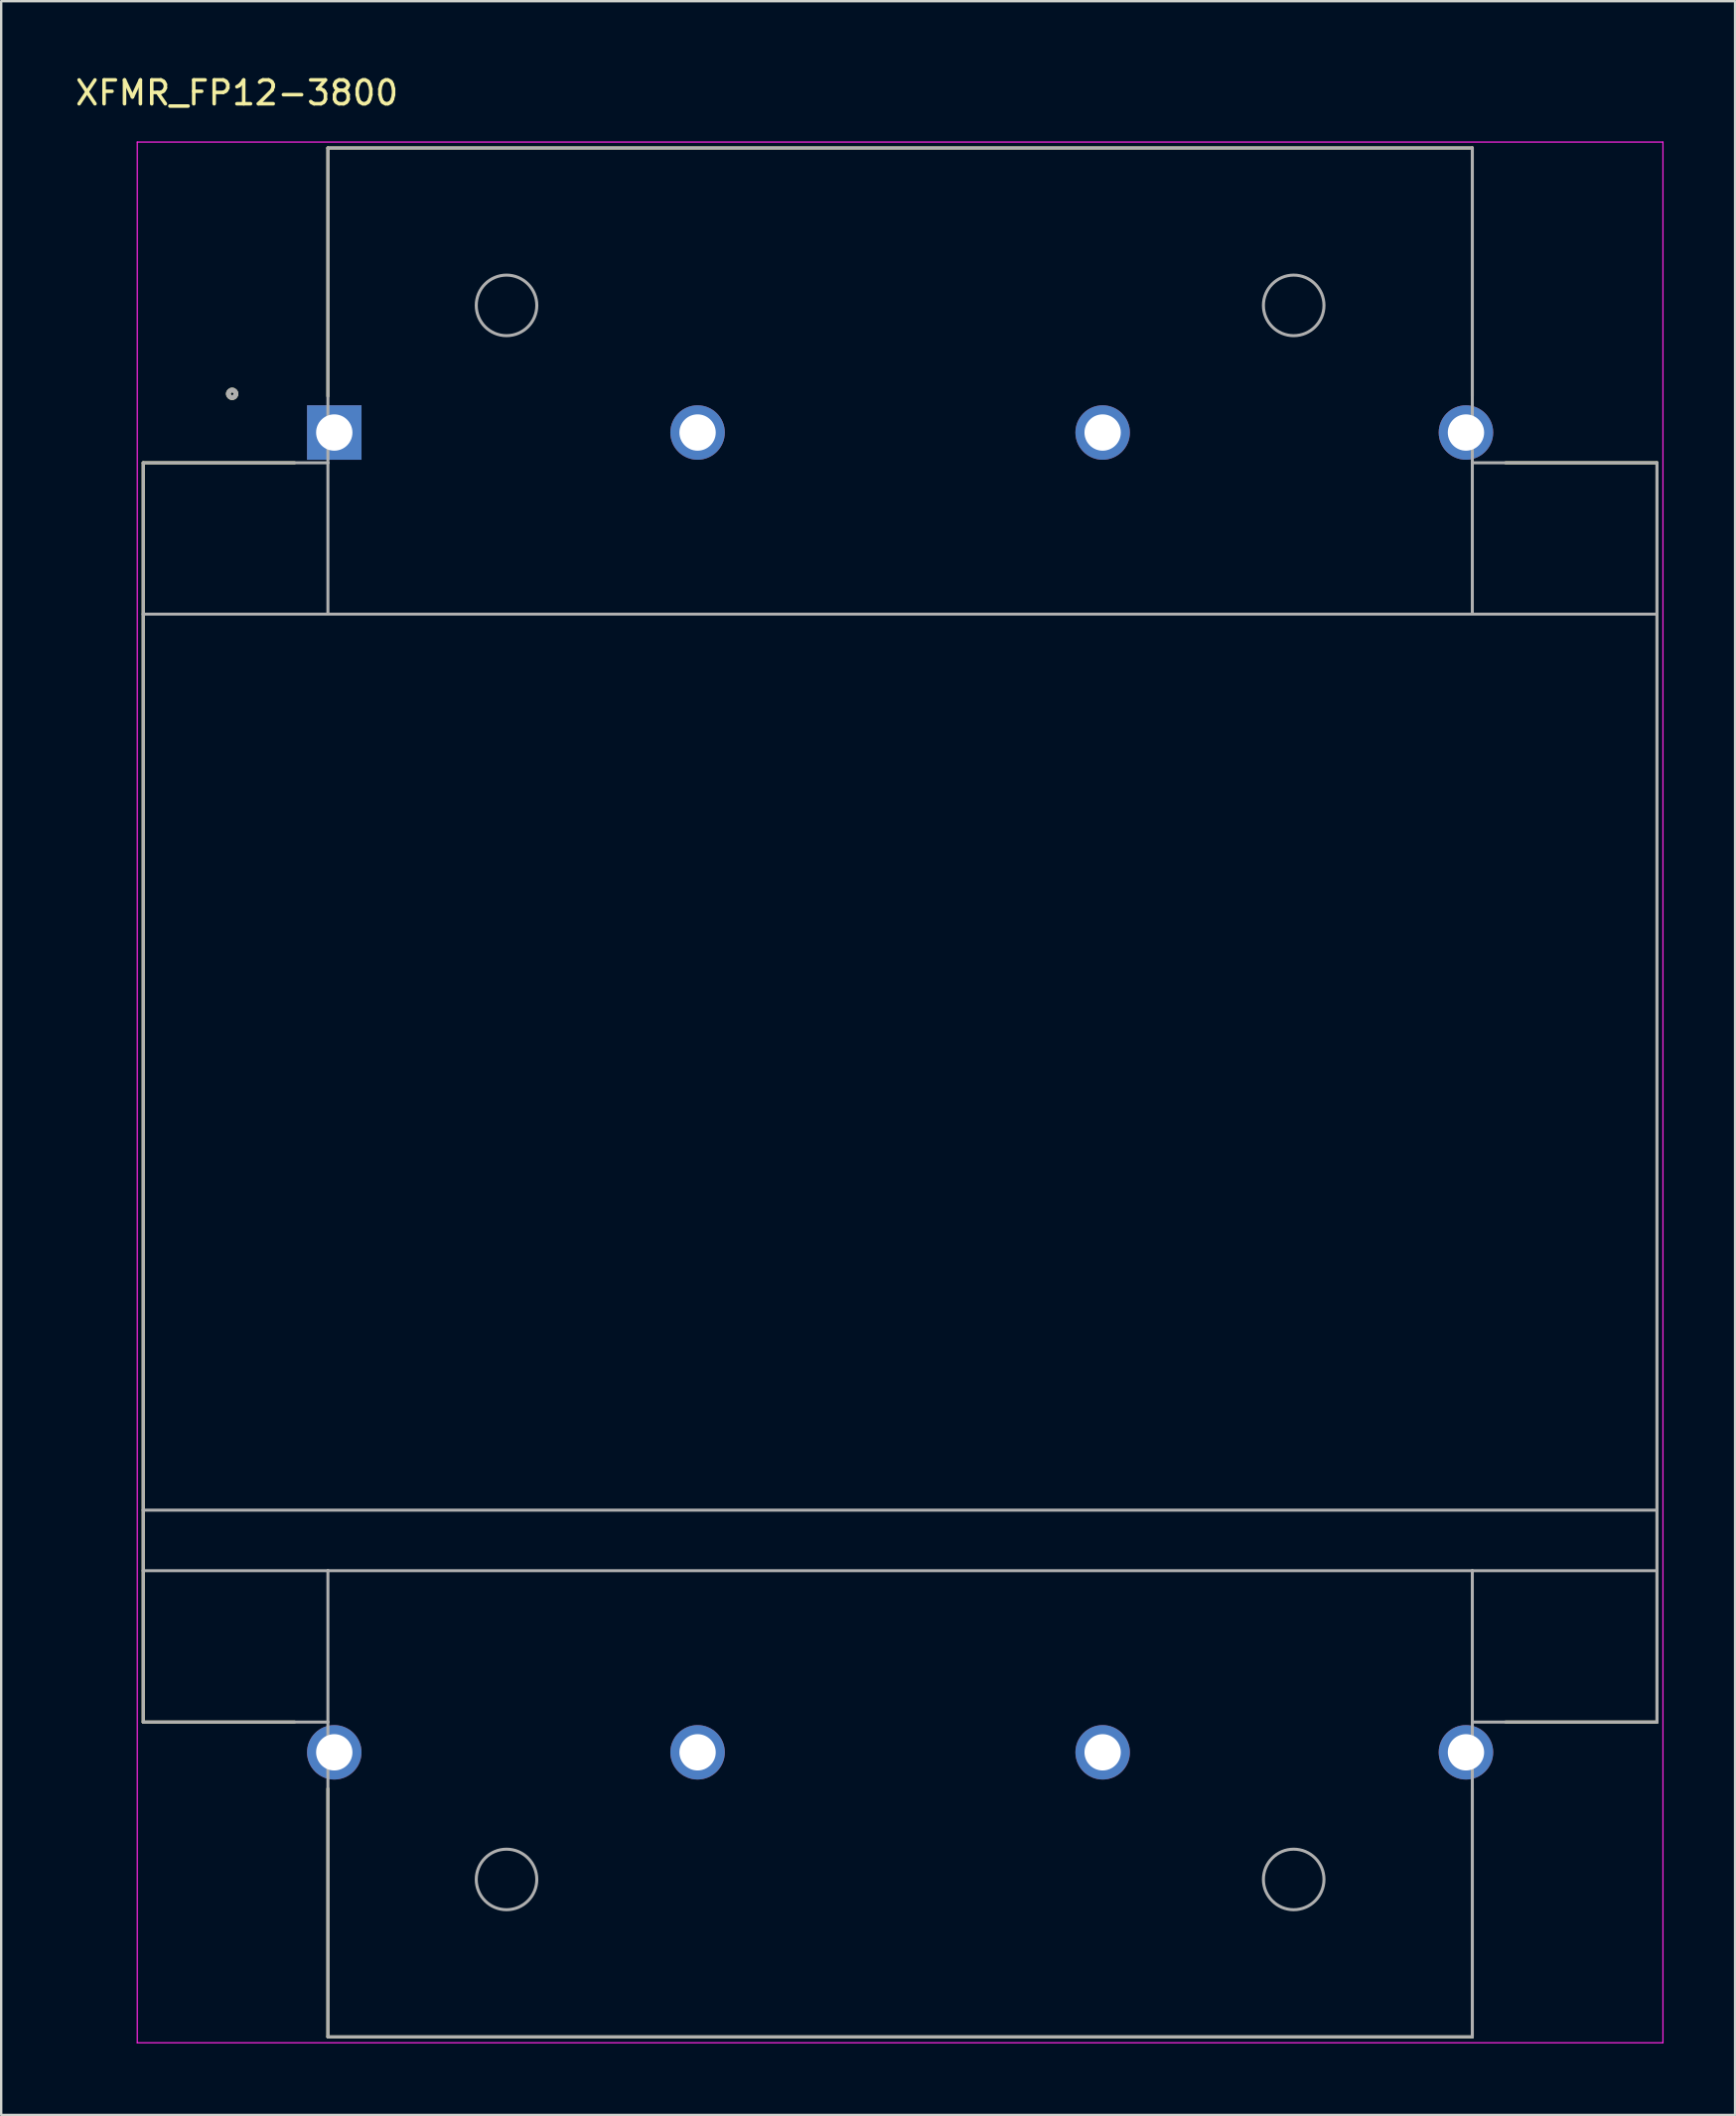
<source format=kicad_pcb>
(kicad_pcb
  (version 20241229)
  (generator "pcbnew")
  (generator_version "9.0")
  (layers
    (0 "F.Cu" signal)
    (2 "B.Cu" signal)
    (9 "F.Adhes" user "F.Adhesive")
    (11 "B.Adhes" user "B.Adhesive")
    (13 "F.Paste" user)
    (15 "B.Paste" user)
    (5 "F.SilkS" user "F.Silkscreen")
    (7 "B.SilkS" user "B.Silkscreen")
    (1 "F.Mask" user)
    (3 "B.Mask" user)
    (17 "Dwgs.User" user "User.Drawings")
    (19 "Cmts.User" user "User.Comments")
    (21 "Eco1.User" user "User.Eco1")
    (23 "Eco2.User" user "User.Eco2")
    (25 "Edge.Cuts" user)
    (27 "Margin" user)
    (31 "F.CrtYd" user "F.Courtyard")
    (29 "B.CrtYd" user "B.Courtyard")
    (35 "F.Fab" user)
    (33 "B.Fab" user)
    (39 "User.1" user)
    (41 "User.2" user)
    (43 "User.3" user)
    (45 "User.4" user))
  (footprint "XFMR_FP12-3800"
    (layer "F.Cu")
    (at 34.708 42.783)
    (property "Reference" "XFMR_FP12-3800" (at -27.821 -41.935 0) (layer "F.SilkS") (effects (font (size 1 1) (thickness 0.15))))
    (attr through_hole)
    (fp_line (start -31.75 -26.416) (end -31.75 26.416) (stroke (width 0.127) (type solid)) (layer "F.SilkS"))
    (fp_line (start -31.75 -26.416) (end -25.4 -26.416) (stroke (width 0.127) (type solid)) (layer "F.SilkS"))
    (fp_line (start -25.4 26.416) (end -31.75 26.416) (stroke (width 0.127) (type solid)) (layer "F.SilkS"))
    (fp_line (start -24.003 -39.624) (end 24.003 -39.624) (stroke (width 0.127) (type solid)) (layer "F.SilkS"))
    (fp_line (start -24.003 -29.21) (end -24.003 -39.624) (stroke (width 0.127) (type solid)) (layer "F.SilkS"))
    (fp_line (start -24.003 39.624) (end -24.003 29.21) (stroke (width 0.127) (type solid)) (layer "F.SilkS"))
    (fp_line (start 24.003 -39.624) (end 24.003 -29.21) (stroke (width 0.127) (type solid)) (layer "F.SilkS"))
    (fp_line (start 24.003 29.21) (end 24.003 39.624) (stroke (width 0.127) (type solid)) (layer "F.SilkS"))
    (fp_line (start 24.003 39.624) (end -24.003 39.624) (stroke (width 0.127) (type solid)) (layer "F.SilkS"))
    (fp_line (start 25.4 -26.416) (end 31.75 -26.416) (stroke (width 0.127) (type solid)) (layer "F.SilkS"))
    (fp_line (start 31.75 26.416) (end 25.4 26.416) (stroke (width 0.127) (type solid)) (layer "F.SilkS"))
    (fp_line (start 31.75 26.416) (end 31.75 -26.416) (stroke (width 0.127) (type solid)) (layer "F.SilkS"))
    (fp_circle (center -28.02 -29.31) (end -27.862 -29.31) (stroke (width 0.2) (type solid)) (fill no) (layer "F.SilkS"))
    (fp_line (start -32 -39.874) (end 32 -39.874) (stroke (width 0.05) (type solid)) (layer "F.CrtYd"))
    (fp_line (start -32 39.874) (end -32 -39.874) (stroke (width 0.05) (type solid)) (layer "F.CrtYd"))
    (fp_line (start 32 -39.874) (end 32 39.874) (stroke (width 0.05) (type solid)) (layer "F.CrtYd"))
    (fp_line (start 32 39.874) (end -32 39.874) (stroke (width 0.05) (type solid)) (layer "F.CrtYd"))
    (fp_line (start -31.75 -26.416) (end -24.003 -26.416) (stroke (width 0.127) (type solid)) (layer "F.Fab"))
    (fp_line (start -31.75 -20.066) (end -31.75 -26.416) (stroke (width 0.127) (type solid)) (layer "F.Fab"))
    (fp_line (start -31.75 -20.066) (end -31.75 17.526) (stroke (width 0.127) (type solid)) (layer "F.Fab"))
    (fp_line (start -31.75 20.066) (end -31.75 17.526) (stroke (width 0.127) (type solid)) (layer "F.Fab"))
    (fp_line (start -31.75 20.066) (end -24.003 20.066) (stroke (width 0.127) (type solid)) (layer "F.Fab"))
    (fp_line (start -31.75 26.416) (end -31.75 20.066) (stroke (width 0.127) (type solid)) (layer "F.Fab"))
    (fp_line (start -24.003 -39.624) (end 24.003 -39.624) (stroke (width 0.127) (type solid)) (layer "F.Fab"))
    (fp_line (start -24.003 -26.416) (end -24.003 -39.624) (stroke (width 0.127) (type solid)) (layer "F.Fab"))
    (fp_line (start -24.003 -26.416) (end -24.003 -20.066) (stroke (width 0.127) (type solid)) (layer "F.Fab"))
    (fp_line (start -24.003 -20.066) (end -31.75 -20.066) (stroke (width 0.127) (type solid)) (layer "F.Fab"))
    (fp_line (start -24.003 20.066) (end -24.003 26.416) (stroke (width 0.127) (type solid)) (layer "F.Fab"))
    (fp_line (start -24.003 20.066) (end 24.003 20.066) (stroke (width 0.127) (type solid)) (layer "F.Fab"))
    (fp_line (start -24.003 26.416) (end -31.75 26.416) (stroke (width 0.127) (type solid)) (layer "F.Fab"))
    (fp_line (start -24.003 39.624) (end -24.003 26.416) (stroke (width 0.127) (type solid)) (layer "F.Fab"))
    (fp_line (start 24.003 -39.624) (end 24.003 -26.416) (stroke (width 0.127) (type solid)) (layer "F.Fab"))
    (fp_line (start 24.003 -26.416) (end 31.75 -26.416) (stroke (width 0.127) (type solid)) (layer "F.Fab"))
    (fp_line (start 24.003 -20.066) (end -24.003 -20.066) (stroke (width 0.127) (type solid)) (layer "F.Fab"))
    (fp_line (start 24.003 -20.066) (end 24.003 -26.416) (stroke (width 0.127) (type solid)) (layer "F.Fab"))
    (fp_line (start 24.003 20.066) (end 31.75 20.066) (stroke (width 0.127) (type solid)) (layer "F.Fab"))
    (fp_line (start 24.003 26.416) (end 24.003 20.066) (stroke (width 0.127) (type solid)) (layer "F.Fab"))
    (fp_line (start 24.003 26.416) (end 24.003 39.624) (stroke (width 0.127) (type solid)) (layer "F.Fab"))
    (fp_line (start 24.003 39.624) (end -24.003 39.624) (stroke (width 0.127) (type solid)) (layer "F.Fab"))
    (fp_line (start 31.75 -26.416) (end 31.75 -20.066) (stroke (width 0.127) (type solid)) (layer "F.Fab"))
    (fp_line (start 31.75 -20.066) (end 24.003 -20.066) (stroke (width 0.127) (type solid)) (layer "F.Fab"))
    (fp_line (start 31.75 -20.066) (end 31.75 17.526) (stroke (width 0.127) (type solid)) (layer "F.Fab"))
    (fp_line (start 31.75 17.526) (end -31.75 17.526) (stroke (width 0.127) (type solid)) (layer "F.Fab"))
    (fp_line (start 31.75 20.066) (end 31.75 17.526) (stroke (width 0.127) (type solid)) (layer "F.Fab"))
    (fp_line (start 31.75 20.066) (end 31.75 26.416) (stroke (width 0.127) (type solid)) (layer "F.Fab"))
    (fp_line (start 31.75 26.416) (end 24.003 26.416) (stroke (width 0.127) (type solid)) (layer "F.Fab"))
    (fp_circle (center -28.02 -29.31) (end -27.862 -29.31) (stroke (width 0.2) (type solid)) (fill no) (layer "F.Fab"))
    (fp_circle (center -16.51 -33.02) (end -15.24 -33.02) (stroke (width 0.127) (type solid)) (fill no) (layer "F.Fab"))
    (fp_circle (center -16.51 33.02) (end -15.24 33.02) (stroke (width 0.127) (type solid)) (fill no) (layer "F.Fab"))
    (fp_circle (center 16.51 -33.02) (end 17.78 -33.02) (stroke (width 0.127) (type solid)) (fill no) (layer "F.Fab"))
    (fp_circle (center 16.51 33.02) (end 17.78 33.02) (stroke (width 0.127) (type solid)) (fill no) (layer "F.Fab"))
    (pad "1" thru_hole rect (at -23.736 -27.686) (size 2.286 2.286) (drill 1.524) (layers "*.Cu" "*.Mask"))
    (pad "2" thru_hole circle (at -8.496 -27.686) (size 2.286 2.286) (drill 1.524) (layers "*.Cu" "*.Mask"))
    (pad "3" thru_hole circle (at 23.736 -27.686) (size 2.286 2.286) (drill 1.524) (layers "*.Cu" "*.Mask"))
    (pad "4" thru_hole circle (at 8.496 -27.686) (size 2.286 2.286) (drill 1.524) (layers "*.Cu" "*.Mask"))
    (pad "5" thru_hole circle (at -23.736 27.686) (size 2.286 2.286) (drill 1.524) (layers "*.Cu" "*.Mask"))
    (pad "6" thru_hole circle (at -8.496 27.686) (size 2.286 2.286) (drill 1.524) (layers "*.Cu" "*.Mask"))
    (pad "7" thru_hole circle (at 23.736 27.686) (size 2.286 2.286) (drill 1.524) (layers "*.Cu" "*.Mask"))
    (pad "8" thru_hole circle (at 8.496 27.686) (size 2.286 2.286) (drill 1.524) (layers "*.Cu" "*.Mask")))
  (gr_rect
    (start -3 -3)
    (end 69.733 85.682)
    (stroke (width 0.1) (type default))
    (fill no)
    (layer "Edge.Cuts")))
</source>
